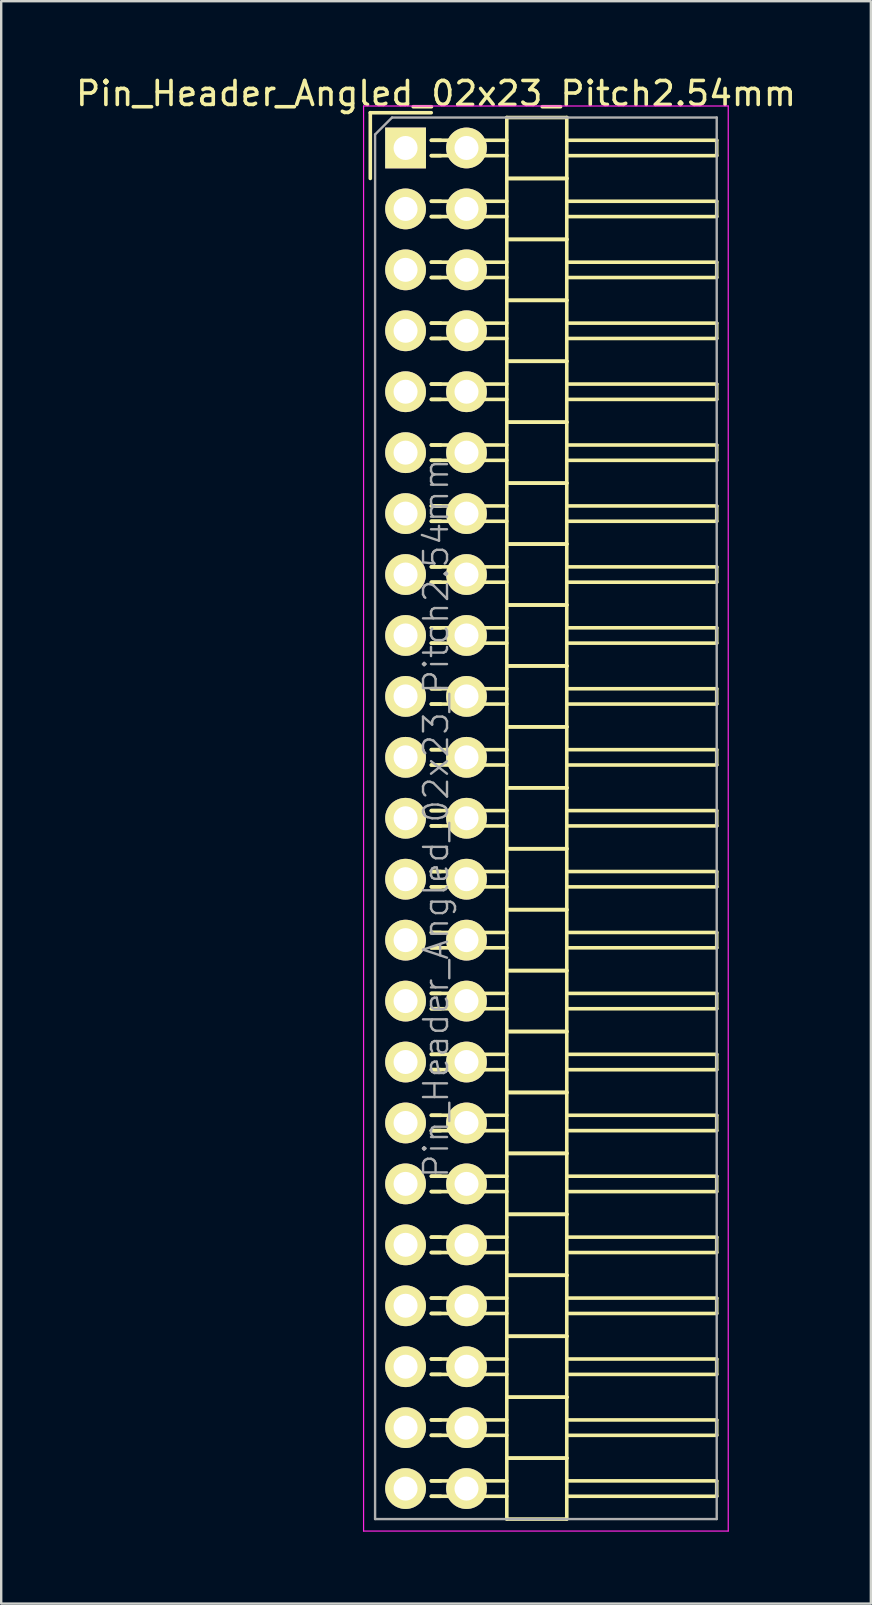
<source format=kicad_pcb>
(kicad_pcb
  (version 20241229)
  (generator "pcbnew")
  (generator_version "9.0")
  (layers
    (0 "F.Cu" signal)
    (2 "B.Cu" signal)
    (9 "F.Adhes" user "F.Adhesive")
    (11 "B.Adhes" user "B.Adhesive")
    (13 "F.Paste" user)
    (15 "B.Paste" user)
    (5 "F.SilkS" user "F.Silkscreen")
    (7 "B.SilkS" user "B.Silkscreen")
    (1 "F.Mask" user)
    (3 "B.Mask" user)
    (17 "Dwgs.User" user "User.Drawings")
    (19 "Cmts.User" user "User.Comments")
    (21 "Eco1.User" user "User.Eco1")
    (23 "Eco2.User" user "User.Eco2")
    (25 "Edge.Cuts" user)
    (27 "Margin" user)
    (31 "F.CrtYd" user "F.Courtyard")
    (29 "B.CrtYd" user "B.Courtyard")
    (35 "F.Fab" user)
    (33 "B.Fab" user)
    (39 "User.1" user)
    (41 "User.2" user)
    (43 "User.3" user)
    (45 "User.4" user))
  (footprint "Pin_Header_Angled_02x23_Pitch2.54mm"
    (layer "F.Cu")
    (at 13.855 3.118)
    (property "Reference" "Pin_Header_Angled_02x23_Pitch2.54mm" (at 1.27 -2.27 0) (layer "F.SilkS") (effects (font (size 1 1) (thickness 0.15))))
    (attr smd)
    (fp_line (start -1.47 -1.47) (end -1.47 1.27) (stroke (width 0.15) (type solid)) (layer "F.SilkS"))
    (fp_line (start -1.47 -1.47) (end 1.07 -1.47) (stroke (width 0.15) (type solid)) (layer "F.SilkS"))
    (fp_line (start 1.465 -0.32) (end 1.075 -0.32) (stroke (width 0.15) (type solid)) (layer "F.SilkS"))
    (fp_line (start 1.465 0.32) (end 1.075 0.32) (stroke (width 0.15) (type solid)) (layer "F.SilkS"))
    (fp_line (start 1.465 2.22) (end 1.075 2.22) (stroke (width 0.15) (type solid)) (layer "F.SilkS"))
    (fp_line (start 1.465 2.86) (end 1.075 2.86) (stroke (width 0.15) (type solid)) (layer "F.SilkS"))
    (fp_line (start 1.465 4.76) (end 1.075 4.76) (stroke (width 0.15) (type solid)) (layer "F.SilkS"))
    (fp_line (start 1.465 5.4) (end 1.075 5.4) (stroke (width 0.15) (type solid)) (layer "F.SilkS"))
    (fp_line (start 1.465 7.3) (end 1.075 7.3) (stroke (width 0.15) (type solid)) (layer "F.SilkS"))
    (fp_line (start 1.465 7.94) (end 1.075 7.94) (stroke (width 0.15) (type solid)) (layer "F.SilkS"))
    (fp_line (start 1.465 9.84) (end 1.075 9.84) (stroke (width 0.15) (type solid)) (layer "F.SilkS"))
    (fp_line (start 1.465 10.48) (end 1.075 10.48) (stroke (width 0.15) (type solid)) (layer "F.SilkS"))
    (fp_line (start 1.465 12.38) (end 1.075 12.38) (stroke (width 0.15) (type solid)) (layer "F.SilkS"))
    (fp_line (start 1.465 13.02) (end 1.075 13.02) (stroke (width 0.15) (type solid)) (layer "F.SilkS"))
    (fp_line (start 1.465 14.92) (end 1.075 14.92) (stroke (width 0.15) (type solid)) (layer "F.SilkS"))
    (fp_line (start 1.465 15.56) (end 1.075 15.56) (stroke (width 0.15) (type solid)) (layer "F.SilkS"))
    (fp_line (start 1.465 17.46) (end 1.075 17.46) (stroke (width 0.15) (type solid)) (layer "F.SilkS"))
    (fp_line (start 1.465 18.1) (end 1.075 18.1) (stroke (width 0.15) (type solid)) (layer "F.SilkS"))
    (fp_line (start 1.465 20) (end 1.075 20) (stroke (width 0.15) (type solid)) (layer "F.SilkS"))
    (fp_line (start 1.465 20.64) (end 1.075 20.64) (stroke (width 0.15) (type solid)) (layer "F.SilkS"))
    (fp_line (start 1.465 22.54) (end 1.075 22.54) (stroke (width 0.15) (type solid)) (layer "F.SilkS"))
    (fp_line (start 1.465 23.18) (end 1.075 23.18) (stroke (width 0.15) (type solid)) (layer "F.SilkS"))
    (fp_line (start 1.465 25.08) (end 1.075 25.08) (stroke (width 0.15) (type solid)) (layer "F.SilkS"))
    (fp_line (start 1.465 25.72) (end 1.075 25.72) (stroke (width 0.15) (type solid)) (layer "F.SilkS"))
    (fp_line (start 1.465 27.62) (end 1.075 27.62) (stroke (width 0.15) (type solid)) (layer "F.SilkS"))
    (fp_line (start 1.465 28.26) (end 1.075 28.26) (stroke (width 0.15) (type solid)) (layer "F.SilkS"))
    (fp_line (start 1.465 30.16) (end 1.075 30.16) (stroke (width 0.15) (type solid)) (layer "F.SilkS"))
    (fp_line (start 1.465 30.8) (end 1.075 30.8) (stroke (width 0.15) (type solid)) (layer "F.SilkS"))
    (fp_line (start 1.465 32.7) (end 1.075 32.7) (stroke (width 0.15) (type solid)) (layer "F.SilkS"))
    (fp_line (start 1.465 33.34) (end 1.075 33.34) (stroke (width 0.15) (type solid)) (layer "F.SilkS"))
    (fp_line (start 1.465 35.24) (end 1.075 35.24) (stroke (width 0.15) (type solid)) (layer "F.SilkS"))
    (fp_line (start 1.465 35.88) (end 1.075 35.88) (stroke (width 0.15) (type solid)) (layer "F.SilkS"))
    (fp_line (start 1.465 37.78) (end 1.075 37.78) (stroke (width 0.15) (type solid)) (layer "F.SilkS"))
    (fp_line (start 1.465 38.42) (end 1.075 38.42) (stroke (width 0.15) (type solid)) (layer "F.SilkS"))
    (fp_line (start 1.465 40.32) (end 1.075 40.32) (stroke (width 0.15) (type solid)) (layer "F.SilkS"))
    (fp_line (start 1.465 40.96) (end 1.075 40.96) (stroke (width 0.15) (type solid)) (layer "F.SilkS"))
    (fp_line (start 1.465 42.86) (end 1.075 42.86) (stroke (width 0.15) (type solid)) (layer "F.SilkS"))
    (fp_line (start 1.465 43.5) (end 1.075 43.5) (stroke (width 0.15) (type solid)) (layer "F.SilkS"))
    (fp_line (start 1.465 45.4) (end 1.075 45.4) (stroke (width 0.15) (type solid)) (layer "F.SilkS"))
    (fp_line (start 1.465 46.04) (end 1.075 46.04) (stroke (width 0.15) (type solid)) (layer "F.SilkS"))
    (fp_line (start 1.465 47.94) (end 1.075 47.94) (stroke (width 0.15) (type solid)) (layer "F.SilkS"))
    (fp_line (start 1.465 48.58) (end 1.075 48.58) (stroke (width 0.15) (type solid)) (layer "F.SilkS"))
    (fp_line (start 1.465 50.48) (end 1.075 50.48) (stroke (width 0.15) (type solid)) (layer "F.SilkS"))
    (fp_line (start 1.465 51.12) (end 1.075 51.12) (stroke (width 0.15) (type solid)) (layer "F.SilkS"))
    (fp_line (start 1.465 53.02) (end 1.075 53.02) (stroke (width 0.15) (type solid)) (layer "F.SilkS"))
    (fp_line (start 1.465 53.66) (end 1.075 53.66) (stroke (width 0.15) (type solid)) (layer "F.SilkS"))
    (fp_line (start 1.465 55.56) (end 1.075 55.56) (stroke (width 0.15) (type solid)) (layer "F.SilkS"))
    (fp_line (start 1.465 56.2) (end 1.075 56.2) (stroke (width 0.15) (type solid)) (layer "F.SilkS"))
    (fp_line (start 4.22 -0.32) (end 1.075 -0.32) (stroke (width 0.15) (type solid)) (layer "F.SilkS"))
    (fp_line (start 4.22 0.32) (end 1.075 0.32) (stroke (width 0.15) (type solid)) (layer "F.SilkS"))
    (fp_line (start 4.22 1.27) (end 4.22 -1.27) (stroke (width 0.15) (type solid)) (layer "F.SilkS"))
    (fp_line (start 4.22 2.22) (end 1.075 2.22) (stroke (width 0.15) (type solid)) (layer "F.SilkS"))
    (fp_line (start 4.22 2.86) (end 1.075 2.86) (stroke (width 0.15) (type solid)) (layer "F.SilkS"))
    (fp_line (start 4.22 3.81) (end 4.22 1.27) (stroke (width 0.15) (type solid)) (layer "F.SilkS"))
    (fp_line (start 4.22 4.76) (end 1.075 4.76) (stroke (width 0.15) (type solid)) (layer "F.SilkS"))
    (fp_line (start 4.22 5.4) (end 1.075 5.4) (stroke (width 0.15) (type solid)) (layer "F.SilkS"))
    (fp_line (start 4.22 6.35) (end 4.22 3.81) (stroke (width 0.15) (type solid)) (layer "F.SilkS"))
    (fp_line (start 4.22 7.3) (end 1.075 7.3) (stroke (width 0.15) (type solid)) (layer "F.SilkS"))
    (fp_line (start 4.22 7.94) (end 1.075 7.94) (stroke (width 0.15) (type solid)) (layer "F.SilkS"))
    (fp_line (start 4.22 8.89) (end 4.22 6.35) (stroke (width 0.15) (type solid)) (layer "F.SilkS"))
    (fp_line (start 4.22 9.84) (end 1.075 9.84) (stroke (width 0.15) (type solid)) (layer "F.SilkS"))
    (fp_line (start 4.22 10.48) (end 1.075 10.48) (stroke (width 0.15) (type solid)) (layer "F.SilkS"))
    (fp_line (start 4.22 11.43) (end 4.22 8.89) (stroke (width 0.15) (type solid)) (layer "F.SilkS"))
    (fp_line (start 4.22 12.38) (end 1.075 12.38) (stroke (width 0.15) (type solid)) (layer "F.SilkS"))
    (fp_line (start 4.22 13.02) (end 1.075 13.02) (stroke (width 0.15) (type solid)) (layer "F.SilkS"))
    (fp_line (start 4.22 13.97) (end 4.22 11.43) (stroke (width 0.15) (type solid)) (layer "F.SilkS"))
    (fp_line (start 4.22 14.92) (end 1.075 14.92) (stroke (width 0.15) (type solid)) (layer "F.SilkS"))
    (fp_line (start 4.22 15.56) (end 1.075 15.56) (stroke (width 0.15) (type solid)) (layer "F.SilkS"))
    (fp_line (start 4.22 16.51) (end 4.22 13.97) (stroke (width 0.15) (type solid)) (layer "F.SilkS"))
    (fp_line (start 4.22 17.46) (end 1.075 17.46) (stroke (width 0.15) (type solid)) (layer "F.SilkS"))
    (fp_line (start 4.22 18.1) (end 1.075 18.1) (stroke (width 0.15) (type solid)) (layer "F.SilkS"))
    (fp_line (start 4.22 19.05) (end 4.22 16.51) (stroke (width 0.15) (type solid)) (layer "F.SilkS"))
    (fp_line (start 4.22 20) (end 1.075 20) (stroke (width 0.15) (type solid)) (layer "F.SilkS"))
    (fp_line (start 4.22 20.64) (end 1.075 20.64) (stroke (width 0.15) (type solid)) (layer "F.SilkS"))
    (fp_line (start 4.22 21.59) (end 4.22 19.05) (stroke (width 0.15) (type solid)) (layer "F.SilkS"))
    (fp_line (start 4.22 22.54) (end 1.075 22.54) (stroke (width 0.15) (type solid)) (layer "F.SilkS"))
    (fp_line (start 4.22 23.18) (end 1.075 23.18) (stroke (width 0.15) (type solid)) (layer "F.SilkS"))
    (fp_line (start 4.22 24.13) (end 4.22 21.59) (stroke (width 0.15) (type solid)) (layer "F.SilkS"))
    (fp_line (start 4.22 25.08) (end 1.075 25.08) (stroke (width 0.15) (type solid)) (layer "F.SilkS"))
    (fp_line (start 4.22 25.72) (end 1.075 25.72) (stroke (width 0.15) (type solid)) (layer "F.SilkS"))
    (fp_line (start 4.22 26.67) (end 4.22 24.13) (stroke (width 0.15) (type solid)) (layer "F.SilkS"))
    (fp_line (start 4.22 27.62) (end 1.075 27.62) (stroke (width 0.15) (type solid)) (layer "F.SilkS"))
    (fp_line (start 4.22 28.26) (end 1.075 28.26) (stroke (width 0.15) (type solid)) (layer "F.SilkS"))
    (fp_line (start 4.22 29.21) (end 4.22 26.67) (stroke (width 0.15) (type solid)) (layer "F.SilkS"))
    (fp_line (start 4.22 30.16) (end 1.075 30.16) (stroke (width 0.15) (type solid)) (layer "F.SilkS"))
    (fp_line (start 4.22 30.8) (end 1.075 30.8) (stroke (width 0.15) (type solid)) (layer "F.SilkS"))
    (fp_line (start 4.22 31.75) (end 4.22 29.21) (stroke (width 0.15) (type solid)) (layer "F.SilkS"))
    (fp_line (start 4.22 32.7) (end 1.075 32.7) (stroke (width 0.15) (type solid)) (layer "F.SilkS"))
    (fp_line (start 4.22 33.34) (end 1.075 33.34) (stroke (width 0.15) (type solid)) (layer "F.SilkS"))
    (fp_line (start 4.22 34.29) (end 4.22 31.75) (stroke (width 0.15) (type solid)) (layer "F.SilkS"))
    (fp_line (start 4.22 35.24) (end 1.075 35.24) (stroke (width 0.15) (type solid)) (layer "F.SilkS"))
    (fp_line (start 4.22 35.88) (end 1.075 35.88) (stroke (width 0.15) (type solid)) (layer "F.SilkS"))
    (fp_line (start 4.22 36.83) (end 4.22 34.29) (stroke (width 0.15) (type solid)) (layer "F.SilkS"))
    (fp_line (start 4.22 37.78) (end 1.075 37.78) (stroke (width 0.15) (type solid)) (layer "F.SilkS"))
    (fp_line (start 4.22 38.42) (end 1.075 38.42) (stroke (width 0.15) (type solid)) (layer "F.SilkS"))
    (fp_line (start 4.22 39.37) (end 4.22 36.83) (stroke (width 0.15) (type solid)) (layer "F.SilkS"))
    (fp_line (start 4.22 40.32) (end 1.075 40.32) (stroke (width 0.15) (type solid)) (layer "F.SilkS"))
    (fp_line (start 4.22 40.96) (end 1.075 40.96) (stroke (width 0.15) (type solid)) (layer "F.SilkS"))
    (fp_line (start 4.22 41.91) (end 4.22 39.37) (stroke (width 0.15) (type solid)) (layer "F.SilkS"))
    (fp_line (start 4.22 42.86) (end 1.075 42.86) (stroke (width 0.15) (type solid)) (layer "F.SilkS"))
    (fp_line (start 4.22 43.5) (end 1.075 43.5) (stroke (width 0.15) (type solid)) (layer "F.SilkS"))
    (fp_line (start 4.22 44.45) (end 4.22 41.91) (stroke (width 0.15) (type solid)) (layer "F.SilkS"))
    (fp_line (start 4.22 45.4) (end 1.075 45.4) (stroke (width 0.15) (type solid)) (layer "F.SilkS"))
    (fp_line (start 4.22 46.04) (end 1.075 46.04) (stroke (width 0.15) (type solid)) (layer "F.SilkS"))
    (fp_line (start 4.22 46.99) (end 4.22 44.45) (stroke (width 0.15) (type solid)) (layer "F.SilkS"))
    (fp_line (start 4.22 47.94) (end 1.075 47.94) (stroke (width 0.15) (type solid)) (layer "F.SilkS"))
    (fp_line (start 4.22 48.58) (end 1.075 48.58) (stroke (width 0.15) (type solid)) (layer "F.SilkS"))
    (fp_line (start 4.22 49.53) (end 4.22 46.99) (stroke (width 0.15) (type solid)) (layer "F.SilkS"))
    (fp_line (start 4.22 50.48) (end 1.075 50.48) (stroke (width 0.15) (type solid)) (layer "F.SilkS"))
    (fp_line (start 4.22 51.12) (end 1.075 51.12) (stroke (width 0.15) (type solid)) (layer "F.SilkS"))
    (fp_line (start 4.22 52.07) (end 4.22 49.53) (stroke (width 0.15) (type solid)) (layer "F.SilkS"))
    (fp_line (start 4.22 53.02) (end 1.075 53.02) (stroke (width 0.15) (type solid)) (layer "F.SilkS"))
    (fp_line (start 4.22 53.66) (end 1.075 53.66) (stroke (width 0.15) (type solid)) (layer "F.SilkS"))
    (fp_line (start 4.22 54.61) (end 4.22 52.07) (stroke (width 0.15) (type solid)) (layer "F.SilkS"))
    (fp_line (start 4.22 55.56) (end 1.075 55.56) (stroke (width 0.15) (type solid)) (layer "F.SilkS"))
    (fp_line (start 4.22 56.2) (end 1.075 56.2) (stroke (width 0.15) (type solid)) (layer "F.SilkS"))
    (fp_line (start 4.22 57.15) (end 4.22 54.61) (stroke (width 0.15) (type solid)) (layer "F.SilkS"))
    (fp_line (start 6.72 -1.27) (end 4.22 -1.27) (stroke (width 0.15) (type solid)) (layer "F.SilkS"))
    (fp_line (start 6.72 -0.32) (end 12.97 -0.32) (stroke (width 0.15) (type solid)) (layer "F.SilkS"))
    (fp_line (start 6.72 0.32) (end 12.97 0.32) (stroke (width 0.15) (type solid)) (layer "F.SilkS"))
    (fp_line (start 6.72 1.27) (end 4.22 1.27) (stroke (width 0.15) (type solid)) (layer "F.SilkS"))
    (fp_line (start 6.72 1.27) (end 4.22 1.27) (stroke (width 0.15) (type solid)) (layer "F.SilkS"))
    (fp_line (start 6.72 1.27) (end 6.72 -1.27) (stroke (width 0.15) (type solid)) (layer "F.SilkS"))
    (fp_line (start 6.72 2.22) (end 12.97 2.22) (stroke (width 0.15) (type solid)) (layer "F.SilkS"))
    (fp_line (start 6.72 2.86) (end 12.97 2.86) (stroke (width 0.15) (type solid)) (layer "F.SilkS"))
    (fp_line (start 6.72 3.81) (end 4.22 3.81) (stroke (width 0.15) (type solid)) (layer "F.SilkS"))
    (fp_line (start 6.72 3.81) (end 4.22 3.81) (stroke (width 0.15) (type solid)) (layer "F.SilkS"))
    (fp_line (start 6.72 3.81) (end 6.72 1.27) (stroke (width 0.15) (type solid)) (layer "F.SilkS"))
    (fp_line (start 6.72 4.76) (end 12.97 4.76) (stroke (width 0.15) (type solid)) (layer "F.SilkS"))
    (fp_line (start 6.72 5.4) (end 12.97 5.4) (stroke (width 0.15) (type solid)) (layer "F.SilkS"))
    (fp_line (start 6.72 6.35) (end 4.22 6.35) (stroke (width 0.15) (type solid)) (layer "F.SilkS"))
    (fp_line (start 6.72 6.35) (end 4.22 6.35) (stroke (width 0.15) (type solid)) (layer "F.SilkS"))
    (fp_line (start 6.72 6.35) (end 6.72 3.81) (stroke (width 0.15) (type solid)) (layer "F.SilkS"))
    (fp_line (start 6.72 7.3) (end 12.97 7.3) (stroke (width 0.15) (type solid)) (layer "F.SilkS"))
    (fp_line (start 6.72 7.94) (end 12.97 7.94) (stroke (width 0.15) (type solid)) (layer "F.SilkS"))
    (fp_line (start 6.72 8.89) (end 4.22 8.89) (stroke (width 0.15) (type solid)) (layer "F.SilkS"))
    (fp_line (start 6.72 8.89) (end 4.22 8.89) (stroke (width 0.15) (type solid)) (layer "F.SilkS"))
    (fp_line (start 6.72 8.89) (end 6.72 6.35) (stroke (width 0.15) (type solid)) (layer "F.SilkS"))
    (fp_line (start 6.72 9.84) (end 12.97 9.84) (stroke (width 0.15) (type solid)) (layer "F.SilkS"))
    (fp_line (start 6.72 10.48) (end 12.97 10.48) (stroke (width 0.15) (type solid)) (layer "F.SilkS"))
    (fp_line (start 6.72 11.43) (end 4.22 11.43) (stroke (width 0.15) (type solid)) (layer "F.SilkS"))
    (fp_line (start 6.72 11.43) (end 4.22 11.43) (stroke (width 0.15) (type solid)) (layer "F.SilkS"))
    (fp_line (start 6.72 11.43) (end 6.72 8.89) (stroke (width 0.15) (type solid)) (layer "F.SilkS"))
    (fp_line (start 6.72 12.38) (end 12.97 12.38) (stroke (width 0.15) (type solid)) (layer "F.SilkS"))
    (fp_line (start 6.72 13.02) (end 12.97 13.02) (stroke (width 0.15) (type solid)) (layer "F.SilkS"))
    (fp_line (start 6.72 13.97) (end 4.22 13.97) (stroke (width 0.15) (type solid)) (layer "F.SilkS"))
    (fp_line (start 6.72 13.97) (end 4.22 13.97) (stroke (width 0.15) (type solid)) (layer "F.SilkS"))
    (fp_line (start 6.72 13.97) (end 6.72 11.43) (stroke (width 0.15) (type solid)) (layer "F.SilkS"))
    (fp_line (start 6.72 14.92) (end 12.97 14.92) (stroke (width 0.15) (type solid)) (layer "F.SilkS"))
    (fp_line (start 6.72 15.56) (end 12.97 15.56) (stroke (width 0.15) (type solid)) (layer "F.SilkS"))
    (fp_line (start 6.72 16.51) (end 4.22 16.51) (stroke (width 0.15) (type solid)) (layer "F.SilkS"))
    (fp_line (start 6.72 16.51) (end 4.22 16.51) (stroke (width 0.15) (type solid)) (layer "F.SilkS"))
    (fp_line (start 6.72 16.51) (end 6.72 13.97) (stroke (width 0.15) (type solid)) (layer "F.SilkS"))
    (fp_line (start 6.72 17.46) (end 12.97 17.46) (stroke (width 0.15) (type solid)) (layer "F.SilkS"))
    (fp_line (start 6.72 18.1) (end 12.97 18.1) (stroke (width 0.15) (type solid)) (layer "F.SilkS"))
    (fp_line (start 6.72 19.05) (end 4.22 19.05) (stroke (width 0.15) (type solid)) (layer "F.SilkS"))
    (fp_line (start 6.72 19.05) (end 4.22 19.05) (stroke (width 0.15) (type solid)) (layer "F.SilkS"))
    (fp_line (start 6.72 19.05) (end 6.72 16.51) (stroke (width 0.15) (type solid)) (layer "F.SilkS"))
    (fp_line (start 6.72 20) (end 12.97 20) (stroke (width 0.15) (type solid)) (layer "F.SilkS"))
    (fp_line (start 6.72 20.64) (end 12.97 20.64) (stroke (width 0.15) (type solid)) (layer "F.SilkS"))
    (fp_line (start 6.72 21.59) (end 4.22 21.59) (stroke (width 0.15) (type solid)) (layer "F.SilkS"))
    (fp_line (start 6.72 21.59) (end 4.22 21.59) (stroke (width 0.15) (type solid)) (layer "F.SilkS"))
    (fp_line (start 6.72 21.59) (end 6.72 19.05) (stroke (width 0.15) (type solid)) (layer "F.SilkS"))
    (fp_line (start 6.72 22.54) (end 12.97 22.54) (stroke (width 0.15) (type solid)) (layer "F.SilkS"))
    (fp_line (start 6.72 23.18) (end 12.97 23.18) (stroke (width 0.15) (type solid)) (layer "F.SilkS"))
    (fp_line (start 6.72 24.13) (end 4.22 24.13) (stroke (width 0.15) (type solid)) (layer "F.SilkS"))
    (fp_line (start 6.72 24.13) (end 4.22 24.13) (stroke (width 0.15) (type solid)) (layer "F.SilkS"))
    (fp_line (start 6.72 24.13) (end 6.72 21.59) (stroke (width 0.15) (type solid)) (layer "F.SilkS"))
    (fp_line (start 6.72 25.08) (end 12.97 25.08) (stroke (width 0.15) (type solid)) (layer "F.SilkS"))
    (fp_line (start 6.72 25.72) (end 12.97 25.72) (stroke (width 0.15) (type solid)) (layer "F.SilkS"))
    (fp_line (start 6.72 26.67) (end 4.22 26.67) (stroke (width 0.15) (type solid)) (layer "F.SilkS"))
    (fp_line (start 6.72 26.67) (end 4.22 26.67) (stroke (width 0.15) (type solid)) (layer "F.SilkS"))
    (fp_line (start 6.72 26.67) (end 6.72 24.13) (stroke (width 0.15) (type solid)) (layer "F.SilkS"))
    (fp_line (start 6.72 27.62) (end 12.97 27.62) (stroke (width 0.15) (type solid)) (layer "F.SilkS"))
    (fp_line (start 6.72 28.26) (end 12.97 28.26) (stroke (width 0.15) (type solid)) (layer "F.SilkS"))
    (fp_line (start 6.72 29.21) (end 4.22 29.21) (stroke (width 0.15) (type solid)) (layer "F.SilkS"))
    (fp_line (start 6.72 29.21) (end 4.22 29.21) (stroke (width 0.15) (type solid)) (layer "F.SilkS"))
    (fp_line (start 6.72 29.21) (end 6.72 26.67) (stroke (width 0.15) (type solid)) (layer "F.SilkS"))
    (fp_line (start 6.72 30.16) (end 12.97 30.16) (stroke (width 0.15) (type solid)) (layer "F.SilkS"))
    (fp_line (start 6.72 30.8) (end 12.97 30.8) (stroke (width 0.15) (type solid)) (layer "F.SilkS"))
    (fp_line (start 6.72 31.75) (end 4.22 31.75) (stroke (width 0.15) (type solid)) (layer "F.SilkS"))
    (fp_line (start 6.72 31.75) (end 4.22 31.75) (stroke (width 0.15) (type solid)) (layer "F.SilkS"))
    (fp_line (start 6.72 31.75) (end 6.72 29.21) (stroke (width 0.15) (type solid)) (layer "F.SilkS"))
    (fp_line (start 6.72 32.7) (end 12.97 32.7) (stroke (width 0.15) (type solid)) (layer "F.SilkS"))
    (fp_line (start 6.72 33.34) (end 12.97 33.34) (stroke (width 0.15) (type solid)) (layer "F.SilkS"))
    (fp_line (start 6.72 34.29) (end 4.22 34.29) (stroke (width 0.15) (type solid)) (layer "F.SilkS"))
    (fp_line (start 6.72 34.29) (end 4.22 34.29) (stroke (width 0.15) (type solid)) (layer "F.SilkS"))
    (fp_line (start 6.72 34.29) (end 6.72 31.75) (stroke (width 0.15) (type solid)) (layer "F.SilkS"))
    (fp_line (start 6.72 35.24) (end 12.97 35.24) (stroke (width 0.15) (type solid)) (layer "F.SilkS"))
    (fp_line (start 6.72 35.88) (end 12.97 35.88) (stroke (width 0.15) (type solid)) (layer "F.SilkS"))
    (fp_line (start 6.72 36.83) (end 4.22 36.83) (stroke (width 0.15) (type solid)) (layer "F.SilkS"))
    (fp_line (start 6.72 36.83) (end 4.22 36.83) (stroke (width 0.15) (type solid)) (layer "F.SilkS"))
    (fp_line (start 6.72 36.83) (end 6.72 34.29) (stroke (width 0.15) (type solid)) (layer "F.SilkS"))
    (fp_line (start 6.72 37.78) (end 12.97 37.78) (stroke (width 0.15) (type solid)) (layer "F.SilkS"))
    (fp_line (start 6.72 38.42) (end 12.97 38.42) (stroke (width 0.15) (type solid)) (layer "F.SilkS"))
    (fp_line (start 6.72 39.37) (end 4.22 39.37) (stroke (width 0.15) (type solid)) (layer "F.SilkS"))
    (fp_line (start 6.72 39.37) (end 4.22 39.37) (stroke (width 0.15) (type solid)) (layer "F.SilkS"))
    (fp_line (start 6.72 39.37) (end 6.72 36.83) (stroke (width 0.15) (type solid)) (layer "F.SilkS"))
    (fp_line (start 6.72 40.32) (end 12.97 40.32) (stroke (width 0.15) (type solid)) (layer "F.SilkS"))
    (fp_line (start 6.72 40.96) (end 12.97 40.96) (stroke (width 0.15) (type solid)) (layer "F.SilkS"))
    (fp_line (start 6.72 41.91) (end 4.22 41.91) (stroke (width 0.15) (type solid)) (layer "F.SilkS"))
    (fp_line (start 6.72 41.91) (end 4.22 41.91) (stroke (width 0.15) (type solid)) (layer "F.SilkS"))
    (fp_line (start 6.72 41.91) (end 6.72 39.37) (stroke (width 0.15) (type solid)) (layer "F.SilkS"))
    (fp_line (start 6.72 42.86) (end 12.97 42.86) (stroke (width 0.15) (type solid)) (layer "F.SilkS"))
    (fp_line (start 6.72 43.5) (end 12.97 43.5) (stroke (width 0.15) (type solid)) (layer "F.SilkS"))
    (fp_line (start 6.72 44.45) (end 4.22 44.45) (stroke (width 0.15) (type solid)) (layer "F.SilkS"))
    (fp_line (start 6.72 44.45) (end 4.22 44.45) (stroke (width 0.15) (type solid)) (layer "F.SilkS"))
    (fp_line (start 6.72 44.45) (end 6.72 41.91) (stroke (width 0.15) (type solid)) (layer "F.SilkS"))
    (fp_line (start 6.72 45.4) (end 12.97 45.4) (stroke (width 0.15) (type solid)) (layer "F.SilkS"))
    (fp_line (start 6.72 46.04) (end 12.97 46.04) (stroke (width 0.15) (type solid)) (layer "F.SilkS"))
    (fp_line (start 6.72 46.99) (end 4.22 46.99) (stroke (width 0.15) (type solid)) (layer "F.SilkS"))
    (fp_line (start 6.72 46.99) (end 4.22 46.99) (stroke (width 0.15) (type solid)) (layer "F.SilkS"))
    (fp_line (start 6.72 46.99) (end 6.72 44.45) (stroke (width 0.15) (type solid)) (layer "F.SilkS"))
    (fp_line (start 6.72 47.94) (end 12.97 47.94) (stroke (width 0.15) (type solid)) (layer "F.SilkS"))
    (fp_line (start 6.72 48.58) (end 12.97 48.58) (stroke (width 0.15) (type solid)) (layer "F.SilkS"))
    (fp_line (start 6.72 49.53) (end 4.22 49.53) (stroke (width 0.15) (type solid)) (layer "F.SilkS"))
    (fp_line (start 6.72 49.53) (end 4.22 49.53) (stroke (width 0.15) (type solid)) (layer "F.SilkS"))
    (fp_line (start 6.72 49.53) (end 6.72 46.99) (stroke (width 0.15) (type solid)) (layer "F.SilkS"))
    (fp_line (start 6.72 50.48) (end 12.97 50.48) (stroke (width 0.15) (type solid)) (layer "F.SilkS"))
    (fp_line (start 6.72 51.12) (end 12.97 51.12) (stroke (width 0.15) (type solid)) (layer "F.SilkS"))
    (fp_line (start 6.72 52.07) (end 4.22 52.07) (stroke (width 0.15) (type solid)) (layer "F.SilkS"))
    (fp_line (start 6.72 52.07) (end 4.22 52.07) (stroke (width 0.15) (type solid)) (layer "F.SilkS"))
    (fp_line (start 6.72 52.07) (end 6.72 49.53) (stroke (width 0.15) (type solid)) (layer "F.SilkS"))
    (fp_line (start 6.72 53.02) (end 12.97 53.02) (stroke (width 0.15) (type solid)) (layer "F.SilkS"))
    (fp_line (start 6.72 53.66) (end 12.97 53.66) (stroke (width 0.15) (type solid)) (layer "F.SilkS"))
    (fp_line (start 6.72 54.61) (end 4.22 54.61) (stroke (width 0.15) (type solid)) (layer "F.SilkS"))
    (fp_line (start 6.72 54.61) (end 4.22 54.61) (stroke (width 0.15) (type solid)) (layer "F.SilkS"))
    (fp_line (start 6.72 54.61) (end 6.72 52.07) (stroke (width 0.15) (type solid)) (layer "F.SilkS"))
    (fp_line (start 6.72 55.56) (end 12.97 55.56) (stroke (width 0.15) (type solid)) (layer "F.SilkS"))
    (fp_line (start 6.72 56.2) (end 12.97 56.2) (stroke (width 0.15) (type solid)) (layer "F.SilkS"))
    (fp_line (start 6.72 57.15) (end 4.22 57.15) (stroke (width 0.15) (type solid)) (layer "F.SilkS"))
    (fp_line (start 6.72 57.15) (end 6.72 54.61) (stroke (width 0.15) (type solid)) (layer "F.SilkS"))
    (fp_line (start 12.97 0.32) (end 12.97 -0.32) (stroke (width 0.15) (type solid)) (layer "F.SilkS"))
    (fp_line (start 12.97 2.86) (end 12.97 2.22) (stroke (width 0.15) (type solid)) (layer "F.SilkS"))
    (fp_line (start 12.97 5.4) (end 12.97 4.76) (stroke (width 0.15) (type solid)) (layer "F.SilkS"))
    (fp_line (start 12.97 7.94) (end 12.97 7.3) (stroke (width 0.15) (type solid)) (layer "F.SilkS"))
    (fp_line (start 12.97 10.48) (end 12.97 9.84) (stroke (width 0.15) (type solid)) (layer "F.SilkS"))
    (fp_line (start 12.97 13.02) (end 12.97 12.38) (stroke (width 0.15) (type solid)) (layer "F.SilkS"))
    (fp_line (start 12.97 15.56) (end 12.97 14.92) (stroke (width 0.15) (type solid)) (layer "F.SilkS"))
    (fp_line (start 12.97 18.1) (end 12.97 17.46) (stroke (width 0.15) (type solid)) (layer "F.SilkS"))
    (fp_line (start 12.97 20.64) (end 12.97 20) (stroke (width 0.15) (type solid)) (layer "F.SilkS"))
    (fp_line (start 12.97 23.18) (end 12.97 22.54) (stroke (width 0.15) (type solid)) (layer "F.SilkS"))
    (fp_line (start 12.97 25.72) (end 12.97 25.08) (stroke (width 0.15) (type solid)) (layer "F.SilkS"))
    (fp_line (start 12.97 28.26) (end 12.97 27.62) (stroke (width 0.15) (type solid)) (layer "F.SilkS"))
    (fp_line (start 12.97 30.8) (end 12.97 30.16) (stroke (width 0.15) (type solid)) (layer "F.SilkS"))
    (fp_line (start 12.97 33.34) (end 12.97 32.7) (stroke (width 0.15) (type solid)) (layer "F.SilkS"))
    (fp_line (start 12.97 35.88) (end 12.97 35.24) (stroke (width 0.15) (type solid)) (layer "F.SilkS"))
    (fp_line (start 12.97 38.42) (end 12.97 37.78) (stroke (width 0.15) (type solid)) (layer "F.SilkS"))
    (fp_line (start 12.97 40.96) (end 12.97 40.32) (stroke (width 0.15) (type solid)) (layer "F.SilkS"))
    (fp_line (start 12.97 43.5) (end 12.97 42.86) (stroke (width 0.15) (type solid)) (layer "F.SilkS"))
    (fp_line (start 12.97 46.04) (end 12.97 45.4) (stroke (width 0.15) (type solid)) (layer "F.SilkS"))
    (fp_line (start 12.97 48.58) (end 12.97 47.94) (stroke (width 0.15) (type solid)) (layer "F.SilkS"))
    (fp_line (start 12.97 51.12) (end 12.97 50.48) (stroke (width 0.15) (type solid)) (layer "F.SilkS"))
    (fp_line (start 12.97 53.66) (end 12.97 53.02) (stroke (width 0.15) (type solid)) (layer "F.SilkS"))
    (fp_line (start 12.97 56.2) (end 12.97 55.56) (stroke (width 0.15) (type solid)) (layer "F.SilkS"))
    (fp_line (start -1.75 -1.75) (end -1.75 57.65) (stroke (width 0.05) (type solid)) (layer "F.CrtYd"))
    (fp_line (start 13.45 -1.75) (end -1.75 -1.75) (stroke (width 0.05) (type solid)) (layer "F.CrtYd"))
    (fp_line (start 13.45 -1.75) (end 13.45 57.65) (stroke (width 0.05) (type solid)) (layer "F.CrtYd"))
    (fp_line (start 13.45 57.65) (end -1.75 57.65) (stroke (width 0.05) (type solid)) (layer "F.CrtYd"))
    (fp_line (start -1.27 -0.563) (end -0.563 -1.27) (stroke (width 0.1) (type solid)) (layer "F.Fab"))
    (fp_line (start -1.27 57.15) (end -1.27 -0.563) (stroke (width 0.1) (type solid)) (layer "F.Fab"))
    (fp_line (start 12.97 -1.27) (end -0.563 -1.27) (stroke (width 0.1) (type solid)) (layer "F.Fab"))
    (fp_line (start 12.97 57.15) (end -1.27 57.15) (stroke (width 0.1) (type solid)) (layer "F.Fab"))
    (fp_line (start 12.97 57.15) (end 12.97 -1.27) (stroke (width 0.1) (type solid)) (layer "F.Fab"))
    (fp_text user "${REFERENCE}" (at 1.27 27.94 90) (layer "F.Fab") (effects (font (size 1 1) (thickness 0.1))))
    (pad "1" thru_hole rect (at 0 0) (size 1.7 1.7) (drill 1) (layers "*.Cu" "*.Mask" "F.SilkS"))
    (pad "2" thru_hole oval (at 2.54 0) (size 1.7 1.7) (drill 1) (layers "*.Cu" "*.Mask" "F.SilkS"))
    (pad "3" thru_hole oval (at 0 2.54) (size 1.7 1.7) (drill 1) (layers "*.Cu" "*.Mask" "F.SilkS"))
    (pad "4" thru_hole oval (at 2.54 2.54) (size 1.7 1.7) (drill 1) (layers "*.Cu" "*.Mask" "F.SilkS"))
    (pad "5" thru_hole oval (at 0 5.08) (size 1.7 1.7) (drill 1) (layers "*.Cu" "*.Mask" "F.SilkS"))
    (pad "6" thru_hole oval (at 2.54 5.08) (size 1.7 1.7) (drill 1) (layers "*.Cu" "*.Mask" "F.SilkS"))
    (pad "7" thru_hole oval (at 0 7.62) (size 1.7 1.7) (drill 1) (layers "*.Cu" "*.Mask" "F.SilkS"))
    (pad "8" thru_hole oval (at 2.54 7.62) (size 1.7 1.7) (drill 1) (layers "*.Cu" "*.Mask" "F.SilkS"))
    (pad "9" thru_hole oval (at 0 10.16) (size 1.7 1.7) (drill 1) (layers "*.Cu" "*.Mask" "F.SilkS"))
    (pad "10" thru_hole oval (at 2.54 10.16) (size 1.7 1.7) (drill 1) (layers "*.Cu" "*.Mask" "F.SilkS"))
    (pad "11" thru_hole oval (at 0 12.7) (size 1.7 1.7) (drill 1) (layers "*.Cu" "*.Mask" "F.SilkS"))
    (pad "12" thru_hole oval (at 2.54 12.7) (size 1.7 1.7) (drill 1) (layers "*.Cu" "*.Mask" "F.SilkS"))
    (pad "13" thru_hole oval (at 0 15.24) (size 1.7 1.7) (drill 1) (layers "*.Cu" "*.Mask" "F.SilkS"))
    (pad "14" thru_hole oval (at 2.54 15.24) (size 1.7 1.7) (drill 1) (layers "*.Cu" "*.Mask" "F.SilkS"))
    (pad "15" thru_hole oval (at 0 17.78) (size 1.7 1.7) (drill 1) (layers "*.Cu" "*.Mask" "F.SilkS"))
    (pad "16" thru_hole oval (at 2.54 17.78) (size 1.7 1.7) (drill 1) (layers "*.Cu" "*.Mask" "F.SilkS"))
    (pad "17" thru_hole oval (at 0 20.32) (size 1.7 1.7) (drill 1) (layers "*.Cu" "*.Mask" "F.SilkS"))
    (pad "18" thru_hole oval (at 2.54 20.32) (size 1.7 1.7) (drill 1) (layers "*.Cu" "*.Mask" "F.SilkS"))
    (pad "19" thru_hole oval (at 0 22.86) (size 1.7 1.7) (drill 1) (layers "*.Cu" "*.Mask" "F.SilkS"))
    (pad "20" thru_hole oval (at 2.54 22.86) (size 1.7 1.7) (drill 1) (layers "*.Cu" "*.Mask" "F.SilkS"))
    (pad "21" thru_hole oval (at 0 25.4) (size 1.7 1.7) (drill 1) (layers "*.Cu" "*.Mask" "F.SilkS"))
    (pad "22" thru_hole oval (at 2.54 25.4) (size 1.7 1.7) (drill 1) (layers "*.Cu" "*.Mask" "F.SilkS"))
    (pad "23" thru_hole oval (at 0 27.94) (size 1.7 1.7) (drill 1) (layers "*.Cu" "*.Mask" "F.SilkS"))
    (pad "24" thru_hole oval (at 2.54 27.94) (size 1.7 1.7) (drill 1) (layers "*.Cu" "*.Mask" "F.SilkS"))
    (pad "25" thru_hole oval (at 0 30.48) (size 1.7 1.7) (drill 1) (layers "*.Cu" "*.Mask" "F.SilkS"))
    (pad "26" thru_hole oval (at 2.54 30.48) (size 1.7 1.7) (drill 1) (layers "*.Cu" "*.Mask" "F.SilkS"))
    (pad "27" thru_hole oval (at 0 33.02) (size 1.7 1.7) (drill 1) (layers "*.Cu" "*.Mask" "F.SilkS"))
    (pad "28" thru_hole oval (at 2.54 33.02) (size 1.7 1.7) (drill 1) (layers "*.Cu" "*.Mask" "F.SilkS"))
    (pad "29" thru_hole oval (at 0 35.56) (size 1.7 1.7) (drill 1) (layers "*.Cu" "*.Mask" "F.SilkS"))
    (pad "30" thru_hole oval (at 2.54 35.56) (size 1.7 1.7) (drill 1) (layers "*.Cu" "*.Mask" "F.SilkS"))
    (pad "31" thru_hole oval (at 0 38.1) (size 1.7 1.7) (drill 1) (layers "*.Cu" "*.Mask" "F.SilkS"))
    (pad "32" thru_hole oval (at 2.54 38.1) (size 1.7 1.7) (drill 1) (layers "*.Cu" "*.Mask" "F.SilkS"))
    (pad "33" thru_hole oval (at 0 40.64) (size 1.7 1.7) (drill 1) (layers "*.Cu" "*.Mask" "F.SilkS"))
    (pad "34" thru_hole oval (at 2.54 40.64) (size 1.7 1.7) (drill 1) (layers "*.Cu" "*.Mask" "F.SilkS"))
    (pad "35" thru_hole oval (at 0 43.18) (size 1.7 1.7) (drill 1) (layers "*.Cu" "*.Mask" "F.SilkS"))
    (pad "36" thru_hole oval (at 2.54 43.18) (size 1.7 1.7) (drill 1) (layers "*.Cu" "*.Mask" "F.SilkS"))
    (pad "37" thru_hole oval (at 0 45.72) (size 1.7 1.7) (drill 1) (layers "*.Cu" "*.Mask" "F.SilkS"))
    (pad "38" thru_hole oval (at 2.54 45.72) (size 1.7 1.7) (drill 1) (layers "*.Cu" "*.Mask" "F.SilkS"))
    (pad "39" thru_hole oval (at 0 48.26) (size 1.7 1.7) (drill 1) (layers "*.Cu" "*.Mask" "F.SilkS"))
    (pad "40" thru_hole oval (at 2.54 48.26) (size 1.7 1.7) (drill 1) (layers "*.Cu" "*.Mask" "F.SilkS"))
    (pad "41" thru_hole oval (at 0 50.8) (size 1.7 1.7) (drill 1) (layers "*.Cu" "*.Mask" "F.SilkS"))
    (pad "42" thru_hole oval (at 2.54 50.8) (size 1.7 1.7) (drill 1) (layers "*.Cu" "*.Mask" "F.SilkS"))
    (pad "43" thru_hole oval (at 0 53.34) (size 1.7 1.7) (drill 1) (layers "*.Cu" "*.Mask" "F.SilkS"))
    (pad "44" thru_hole oval (at 2.54 53.34) (size 1.7 1.7) (drill 1) (layers "*.Cu" "*.Mask" "F.SilkS"))
    (pad "45" thru_hole oval (at 0 55.88) (size 1.7 1.7) (drill 1) (layers "*.Cu" "*.Mask" "F.SilkS"))
    (pad "46" thru_hole oval (at 2.54 55.88) (size 1.7 1.7) (drill 1) (layers "*.Cu" "*.Mask" "F.SilkS")))
  (gr_rect
    (start -3 -3)
    (end 33.25 63.793)
    (stroke (width 0.1) (type default))
    (fill no)
    (layer "Edge.Cuts")))
</source>
